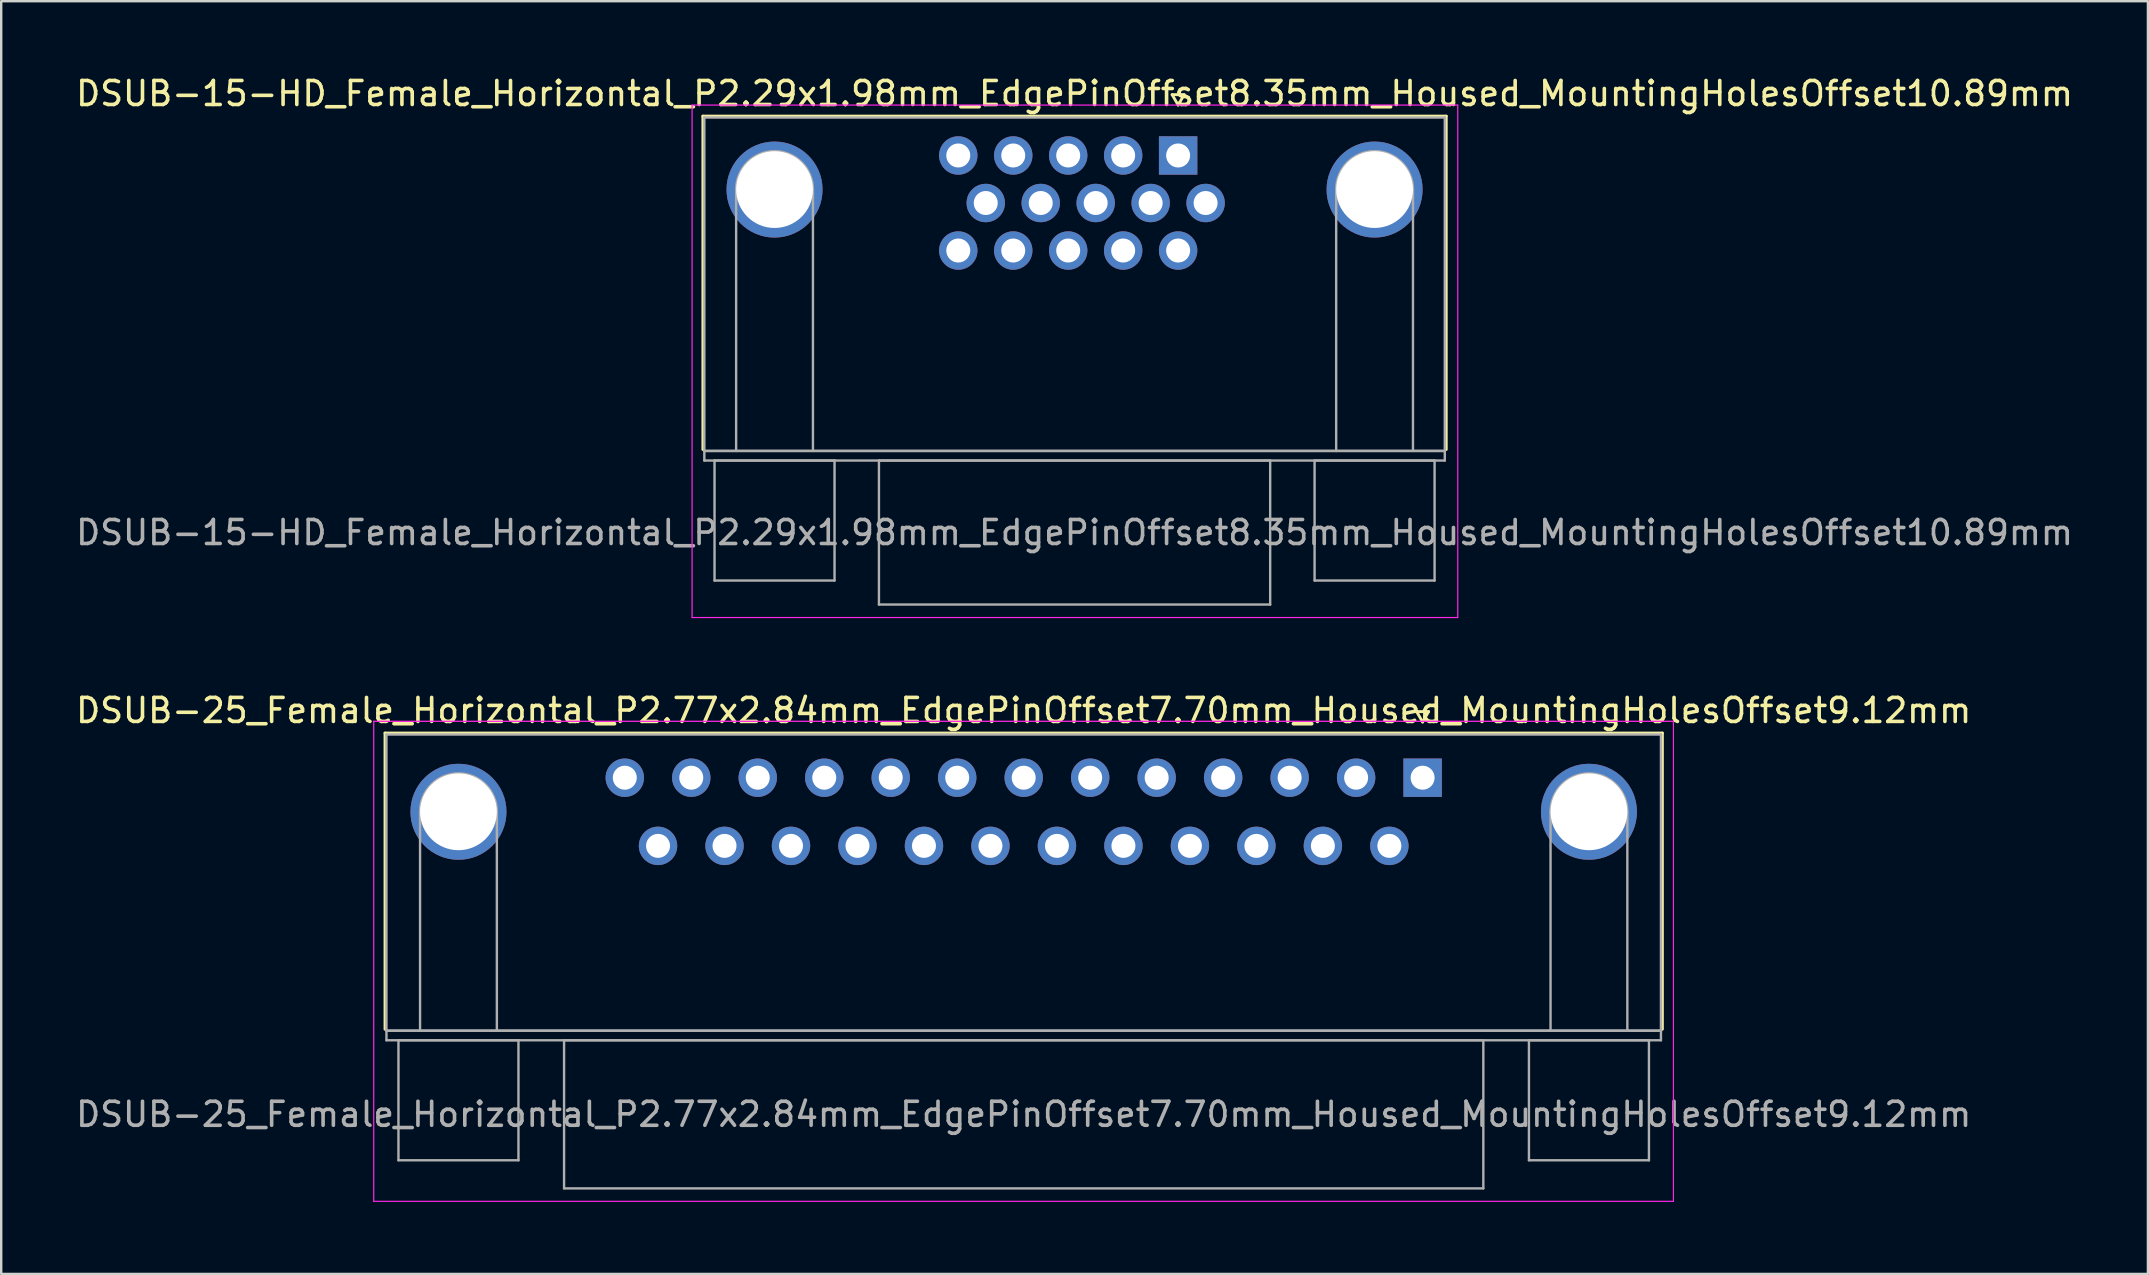
<source format=kicad_pcb>
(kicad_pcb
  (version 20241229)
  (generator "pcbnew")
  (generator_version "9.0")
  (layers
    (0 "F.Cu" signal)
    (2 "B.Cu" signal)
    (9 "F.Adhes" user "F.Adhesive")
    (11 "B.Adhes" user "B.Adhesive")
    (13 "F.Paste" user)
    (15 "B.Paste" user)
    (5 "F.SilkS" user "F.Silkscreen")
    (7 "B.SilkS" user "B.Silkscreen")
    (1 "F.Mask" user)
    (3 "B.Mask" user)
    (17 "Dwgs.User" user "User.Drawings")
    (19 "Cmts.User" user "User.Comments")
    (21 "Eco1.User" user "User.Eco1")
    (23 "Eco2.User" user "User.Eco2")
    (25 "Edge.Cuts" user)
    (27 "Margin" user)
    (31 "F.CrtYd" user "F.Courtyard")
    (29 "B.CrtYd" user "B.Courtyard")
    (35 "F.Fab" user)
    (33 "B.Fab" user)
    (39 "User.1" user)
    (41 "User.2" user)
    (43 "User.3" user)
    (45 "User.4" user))
  (footprint "DSUB-15-HD_Female_Horizontal_P2.29x1.98mm_EdgePinOffset8.35mm_Housed_MountingHolesOffset10.89mm"
    (layer "F.Cu")
    (at 46.035 3.428)
    (property "Reference" "DSUB-15-HD_Female_Horizontal_P2.29x1.98mm_EdgePinOffset8.35mm_Housed_MountingHolesOffset10.89mm" (at -4.315 -2.58 0) (layer "F.SilkS") (effects (font (size 1 1) (thickness 0.15))))
    (attr through_hole)
    (fp_line (start -19.8 -1.64) (end 11.17 -1.64) (stroke (width 0.12) (type solid)) (layer "F.SilkS"))
    (fp_line (start -19.8 12.25) (end -19.8 -1.64) (stroke (width 0.12) (type solid)) (layer "F.SilkS"))
    (fp_line (start -0.25 -2.534) (end 0.25 -2.534) (stroke (width 0.12) (type solid)) (layer "F.SilkS"))
    (fp_line (start 0 -2.101) (end -0.25 -2.534) (stroke (width 0.12) (type solid)) (layer "F.SilkS"))
    (fp_line (start 0.25 -2.534) (end 0 -2.101) (stroke (width 0.12) (type solid)) (layer "F.SilkS"))
    (fp_line (start 11.17 -1.64) (end 11.17 12.25) (stroke (width 0.12) (type solid)) (layer "F.SilkS"))
    (fp_line (start -20.25 -2.1) (end -20.25 19.25) (stroke (width 0.05) (type solid)) (layer "F.CrtYd"))
    (fp_line (start -20.25 19.25) (end 11.65 19.25) (stroke (width 0.05) (type solid)) (layer "F.CrtYd"))
    (fp_line (start 11.65 -2.1) (end -20.25 -2.1) (stroke (width 0.05) (type solid)) (layer "F.CrtYd"))
    (fp_line (start 11.65 19.25) (end 11.65 -2.1) (stroke (width 0.05) (type solid)) (layer "F.CrtYd"))
    (fp_line (start -19.74 -1.58) (end -19.74 12.31) (stroke (width 0.1) (type solid)) (layer "F.Fab"))
    (fp_line (start -19.74 12.31) (end -19.74 12.71) (stroke (width 0.1) (type solid)) (layer "F.Fab"))
    (fp_line (start -19.74 12.31) (end 11.11 12.31) (stroke (width 0.1) (type solid)) (layer "F.Fab"))
    (fp_line (start -19.74 12.71) (end 11.11 12.71) (stroke (width 0.1) (type solid)) (layer "F.Fab"))
    (fp_line (start -19.315 12.71) (end -19.315 17.71) (stroke (width 0.1) (type solid)) (layer "F.Fab"))
    (fp_line (start -19.315 17.71) (end -14.315 17.71) (stroke (width 0.1) (type solid)) (layer "F.Fab"))
    (fp_line (start -18.415 12.31) (end -18.415 1.42) (stroke (width 0.1) (type solid)) (layer "F.Fab"))
    (fp_line (start -15.215 12.31) (end -15.215 1.42) (stroke (width 0.1) (type solid)) (layer "F.Fab"))
    (fp_line (start -14.315 12.71) (end -19.315 12.71) (stroke (width 0.1) (type solid)) (layer "F.Fab"))
    (fp_line (start -14.315 17.71) (end -14.315 12.71) (stroke (width 0.1) (type solid)) (layer "F.Fab"))
    (fp_line (start -12.465 12.71) (end -12.465 18.71) (stroke (width 0.1) (type solid)) (layer "F.Fab"))
    (fp_line (start -12.465 18.71) (end 3.835 18.71) (stroke (width 0.1) (type solid)) (layer "F.Fab"))
    (fp_line (start 3.835 12.71) (end -12.465 12.71) (stroke (width 0.1) (type solid)) (layer "F.Fab"))
    (fp_line (start 3.835 18.71) (end 3.835 12.71) (stroke (width 0.1) (type solid)) (layer "F.Fab"))
    (fp_line (start 5.685 12.71) (end 5.685 17.71) (stroke (width 0.1) (type solid)) (layer "F.Fab"))
    (fp_line (start 5.685 17.71) (end 10.685 17.71) (stroke (width 0.1) (type solid)) (layer "F.Fab"))
    (fp_line (start 6.585 12.31) (end 6.585 1.42) (stroke (width 0.1) (type solid)) (layer "F.Fab"))
    (fp_line (start 9.785 12.31) (end 9.785 1.42) (stroke (width 0.1) (type solid)) (layer "F.Fab"))
    (fp_line (start 10.685 12.71) (end 5.685 12.71) (stroke (width 0.1) (type solid)) (layer "F.Fab"))
    (fp_line (start 10.685 17.71) (end 10.685 12.71) (stroke (width 0.1) (type solid)) (layer "F.Fab"))
    (fp_line (start 11.11 -1.58) (end -19.74 -1.58) (stroke (width 0.1) (type solid)) (layer "F.Fab"))
    (fp_line (start 11.11 12.31) (end -19.74 12.31) (stroke (width 0.1) (type solid)) (layer "F.Fab"))
    (fp_line (start 11.11 12.31) (end 11.11 -1.58) (stroke (width 0.1) (type solid)) (layer "F.Fab"))
    (fp_line (start 11.11 12.71) (end 11.11 12.31) (stroke (width 0.1) (type solid)) (layer "F.Fab"))
    (fp_arc (start -18.415 1.42) (mid -16.815 -0.18) (end -15.215 1.42) (stroke (width 0.1) (type solid)) (layer "F.Fab"))
    (fp_arc (start 6.585 1.42) (mid 8.185 -0.18) (end 9.785 1.42) (stroke (width 0.1) (type solid)) (layer "F.Fab"))
    (fp_text user "${REFERENCE}" (at -4.315 15.71 0) (layer "F.Fab") (effects (font (size 1 1) (thickness 0.15))))
    (pad "1" thru_hole rect (at 0 0) (size 1.6 1.6) (drill 1) (layers "*.Cu" "*.Mask"))
    (pad "2" thru_hole circle (at -2.29 0) (size 1.6 1.6) (drill 1) (layers "*.Cu" "*.Mask"))
    (pad "3" thru_hole circle (at -4.58 0) (size 1.6 1.6) (drill 1) (layers "*.Cu" "*.Mask"))
    (pad "4" thru_hole circle (at -6.87 0) (size 1.6 1.6) (drill 1) (layers "*.Cu" "*.Mask"))
    (pad "5" thru_hole circle (at -9.16 0) (size 1.6 1.6) (drill 1) (layers "*.Cu" "*.Mask"))
    (pad "6" thru_hole circle (at 1.145 1.98) (size 1.6 1.6) (drill 1) (layers "*.Cu" "*.Mask"))
    (pad "7" thru_hole circle (at -1.145 1.98) (size 1.6 1.6) (drill 1) (layers "*.Cu" "*.Mask"))
    (pad "8" thru_hole circle (at -3.435 1.98) (size 1.6 1.6) (drill 1) (layers "*.Cu" "*.Mask"))
    (pad "9" thru_hole circle (at -5.725 1.98) (size 1.6 1.6) (drill 1) (layers "*.Cu" "*.Mask"))
    (pad "10" thru_hole circle (at -8.015 1.98) (size 1.6 1.6) (drill 1) (layers "*.Cu" "*.Mask"))
    (pad "11" thru_hole circle (at 0 3.96) (size 1.6 1.6) (drill 1) (layers "*.Cu" "*.Mask"))
    (pad "12" thru_hole circle (at -2.29 3.96) (size 1.6 1.6) (drill 1) (layers "*.Cu" "*.Mask"))
    (pad "13" thru_hole circle (at -4.58 3.96) (size 1.6 1.6) (drill 1) (layers "*.Cu" "*.Mask"))
    (pad "14" thru_hole circle (at -6.87 3.96) (size 1.6 1.6) (drill 1) (layers "*.Cu" "*.Mask"))
    (pad "15" thru_hole circle (at -9.16 3.96) (size 1.6 1.6) (drill 1) (layers "*.Cu" "*.Mask"))
    (pad "SH" thru_hole circle (at -16.815 1.42) (size 4 4) (drill 3.2) (layers "*.Cu" "*.Mask"))
    (pad "SH" thru_hole circle (at 8.185 1.42) (size 4 4) (drill 3.2) (layers "*.Cu" "*.Mask")))
  (footprint "DSUB-25_Female_Horizontal_P2.77x2.84mm_EdgePinOffset7.70mm_Housed_MountingHolesOffset9.12mm"
    (layer "F.Cu")
    (at 56.221 29.352)
    (property "Reference" "DSUB-25_Female_Horizontal_P2.77x2.84mm_EdgePinOffset7.70mm_Housed_MountingHolesOffset9.12mm" (at -16.62 -2.8 0) (layer "F.SilkS") (effects (font (size 1 1) (thickness 0.15))))
    (attr through_hole)
    (fp_line (start -43.23 -1.86) (end 9.99 -1.86) (stroke (width 0.12) (type solid)) (layer "F.SilkS"))
    (fp_line (start -43.23 10.48) (end -43.23 -1.86) (stroke (width 0.12) (type solid)) (layer "F.SilkS"))
    (fp_line (start -0.25 -2.754) (end 0.25 -2.754) (stroke (width 0.12) (type solid)) (layer "F.SilkS"))
    (fp_line (start 0 -2.321) (end -0.25 -2.754) (stroke (width 0.12) (type solid)) (layer "F.SilkS"))
    (fp_line (start 0.25 -2.754) (end 0 -2.321) (stroke (width 0.12) (type solid)) (layer "F.SilkS"))
    (fp_line (start 9.99 -1.86) (end 9.99 10.48) (stroke (width 0.12) (type solid)) (layer "F.SilkS"))
    (fp_line (start -43.7 -2.35) (end -43.7 17.65) (stroke (width 0.05) (type solid)) (layer "F.CrtYd"))
    (fp_line (start -43.7 17.65) (end 10.45 17.65) (stroke (width 0.05) (type solid)) (layer "F.CrtYd"))
    (fp_line (start 10.45 -2.35) (end -43.7 -2.35) (stroke (width 0.05) (type solid)) (layer "F.CrtYd"))
    (fp_line (start 10.45 17.65) (end 10.45 -2.35) (stroke (width 0.05) (type solid)) (layer "F.CrtYd"))
    (fp_line (start -43.17 -1.8) (end -43.17 10.54) (stroke (width 0.1) (type solid)) (layer "F.Fab"))
    (fp_line (start -43.17 10.54) (end -43.17 10.94) (stroke (width 0.1) (type solid)) (layer "F.Fab"))
    (fp_line (start -43.17 10.54) (end 9.93 10.54) (stroke (width 0.1) (type solid)) (layer "F.Fab"))
    (fp_line (start -43.17 10.94) (end 9.93 10.94) (stroke (width 0.1) (type solid)) (layer "F.Fab"))
    (fp_line (start -42.67 10.94) (end -42.67 15.94) (stroke (width 0.1) (type solid)) (layer "F.Fab"))
    (fp_line (start -42.67 15.94) (end -37.67 15.94) (stroke (width 0.1) (type solid)) (layer "F.Fab"))
    (fp_line (start -41.77 10.54) (end -41.77 1.42) (stroke (width 0.1) (type solid)) (layer "F.Fab"))
    (fp_line (start -38.57 10.54) (end -38.57 1.42) (stroke (width 0.1) (type solid)) (layer "F.Fab"))
    (fp_line (start -37.67 10.94) (end -42.67 10.94) (stroke (width 0.1) (type solid)) (layer "F.Fab"))
    (fp_line (start -37.67 15.94) (end -37.67 10.94) (stroke (width 0.1) (type solid)) (layer "F.Fab"))
    (fp_line (start -35.77 10.94) (end -35.77 17.11) (stroke (width 0.1) (type solid)) (layer "F.Fab"))
    (fp_line (start -35.77 17.11) (end 2.53 17.11) (stroke (width 0.1) (type solid)) (layer "F.Fab"))
    (fp_line (start 2.53 10.94) (end -35.77 10.94) (stroke (width 0.1) (type solid)) (layer "F.Fab"))
    (fp_line (start 2.53 17.11) (end 2.53 10.94) (stroke (width 0.1) (type solid)) (layer "F.Fab"))
    (fp_line (start 4.43 10.94) (end 4.43 15.94) (stroke (width 0.1) (type solid)) (layer "F.Fab"))
    (fp_line (start 4.43 15.94) (end 9.43 15.94) (stroke (width 0.1) (type solid)) (layer "F.Fab"))
    (fp_line (start 5.33 10.54) (end 5.33 1.42) (stroke (width 0.1) (type solid)) (layer "F.Fab"))
    (fp_line (start 8.53 10.54) (end 8.53 1.42) (stroke (width 0.1) (type solid)) (layer "F.Fab"))
    (fp_line (start 9.43 10.94) (end 4.43 10.94) (stroke (width 0.1) (type solid)) (layer "F.Fab"))
    (fp_line (start 9.43 15.94) (end 9.43 10.94) (stroke (width 0.1) (type solid)) (layer "F.Fab"))
    (fp_line (start 9.93 -1.8) (end -43.17 -1.8) (stroke (width 0.1) (type solid)) (layer "F.Fab"))
    (fp_line (start 9.93 10.54) (end -43.17 10.54) (stroke (width 0.1) (type solid)) (layer "F.Fab"))
    (fp_line (start 9.93 10.54) (end 9.93 -1.8) (stroke (width 0.1) (type solid)) (layer "F.Fab"))
    (fp_line (start 9.93 10.94) (end 9.93 10.54) (stroke (width 0.1) (type solid)) (layer "F.Fab"))
    (fp_arc (start -41.77 1.42) (mid -40.17 -0.18) (end -38.57 1.42) (stroke (width 0.1) (type solid)) (layer "F.Fab"))
    (fp_arc (start 5.33 1.42) (mid 6.93 -0.18) (end 8.53 1.42) (stroke (width 0.1) (type solid)) (layer "F.Fab"))
    (fp_text user "${REFERENCE}" (at -16.62 14.025 0) (layer "F.Fab") (effects (font (size 1 1) (thickness 0.15))))
    (pad "1" thru_hole rect (at 0 0) (size 1.6 1.6) (drill 1) (layers "*.Cu" "*.Mask"))
    (pad "2" thru_hole circle (at -2.77 0) (size 1.6 1.6) (drill 1) (layers "*.Cu" "*.Mask"))
    (pad "3" thru_hole circle (at -5.54 0) (size 1.6 1.6) (drill 1) (layers "*.Cu" "*.Mask"))
    (pad "4" thru_hole circle (at -8.31 0) (size 1.6 1.6) (drill 1) (layers "*.Cu" "*.Mask"))
    (pad "5" thru_hole circle (at -11.08 0) (size 1.6 1.6) (drill 1) (layers "*.Cu" "*.Mask"))
    (pad "6" thru_hole circle (at -13.85 0) (size 1.6 1.6) (drill 1) (layers "*.Cu" "*.Mask"))
    (pad "7" thru_hole circle (at -16.62 0) (size 1.6 1.6) (drill 1) (layers "*.Cu" "*.Mask"))
    (pad "8" thru_hole circle (at -19.39 0) (size 1.6 1.6) (drill 1) (layers "*.Cu" "*.Mask"))
    (pad "9" thru_hole circle (at -22.16 0) (size 1.6 1.6) (drill 1) (layers "*.Cu" "*.Mask"))
    (pad "10" thru_hole circle (at -24.93 0) (size 1.6 1.6) (drill 1) (layers "*.Cu" "*.Mask"))
    (pad "11" thru_hole circle (at -27.7 0) (size 1.6 1.6) (drill 1) (layers "*.Cu" "*.Mask"))
    (pad "12" thru_hole circle (at -30.47 0) (size 1.6 1.6) (drill 1) (layers "*.Cu" "*.Mask"))
    (pad "13" thru_hole circle (at -33.24 0) (size 1.6 1.6) (drill 1) (layers "*.Cu" "*.Mask"))
    (pad "14" thru_hole circle (at -1.385 2.84) (size 1.6 1.6) (drill 1) (layers "*.Cu" "*.Mask"))
    (pad "15" thru_hole circle (at -4.155 2.84) (size 1.6 1.6) (drill 1) (layers "*.Cu" "*.Mask"))
    (pad "16" thru_hole circle (at -6.925 2.84) (size 1.6 1.6) (drill 1) (layers "*.Cu" "*.Mask"))
    (pad "17" thru_hole circle (at -9.695 2.84) (size 1.6 1.6) (drill 1) (layers "*.Cu" "*.Mask"))
    (pad "18" thru_hole circle (at -12.465 2.84) (size 1.6 1.6) (drill 1) (layers "*.Cu" "*.Mask"))
    (pad "19" thru_hole circle (at -15.235 2.84) (size 1.6 1.6) (drill 1) (layers "*.Cu" "*.Mask"))
    (pad "20" thru_hole circle (at -18.005 2.84) (size 1.6 1.6) (drill 1) (layers "*.Cu" "*.Mask"))
    (pad "21" thru_hole circle (at -20.775 2.84) (size 1.6 1.6) (drill 1) (layers "*.Cu" "*.Mask"))
    (pad "22" thru_hole circle (at -23.545 2.84) (size 1.6 1.6) (drill 1) (layers "*.Cu" "*.Mask"))
    (pad "23" thru_hole circle (at -26.315 2.84) (size 1.6 1.6) (drill 1) (layers "*.Cu" "*.Mask"))
    (pad "24" thru_hole circle (at -29.085 2.84) (size 1.6 1.6) (drill 1) (layers "*.Cu" "*.Mask"))
    (pad "25" thru_hole circle (at -31.855 2.84) (size 1.6 1.6) (drill 1) (layers "*.Cu" "*.Mask"))
    (pad "SH" thru_hole circle (at -40.17 1.42) (size 4 4) (drill 3.2) (layers "*.Cu" "*.Mask"))
    (pad "SH" thru_hole circle (at 6.93 1.42) (size 4 4) (drill 3.2) (layers "*.Cu" "*.Mask")))
  (gr_rect
    (start -3 -3)
    (end 86.44 50.026)
    (stroke (width 0.1) (type default))
    (fill no)
    (layer "Edge.Cuts")))
</source>
